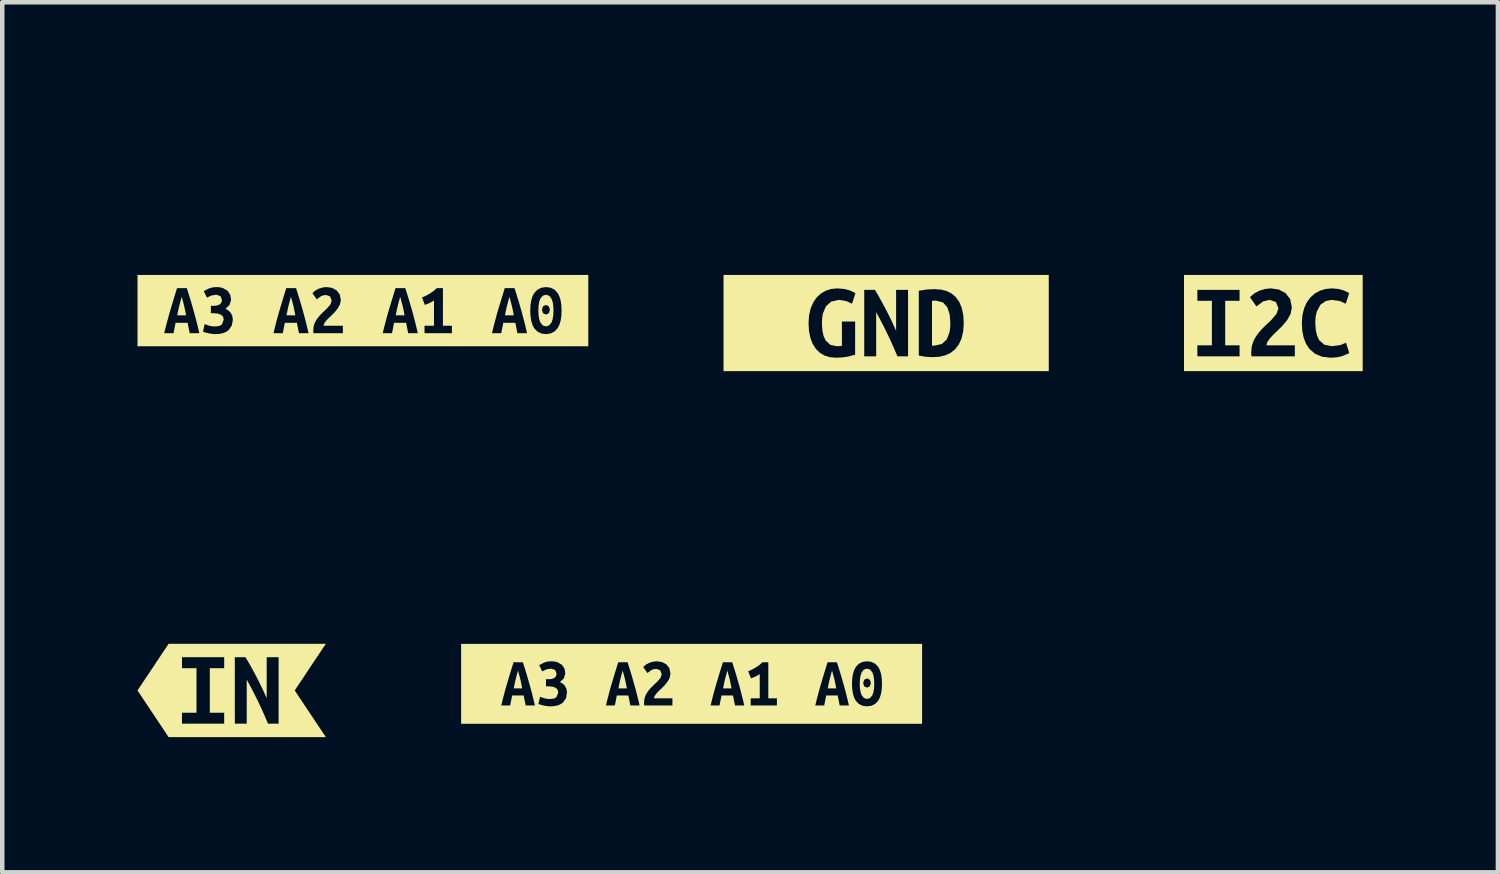
<source format=kicad_pcb>
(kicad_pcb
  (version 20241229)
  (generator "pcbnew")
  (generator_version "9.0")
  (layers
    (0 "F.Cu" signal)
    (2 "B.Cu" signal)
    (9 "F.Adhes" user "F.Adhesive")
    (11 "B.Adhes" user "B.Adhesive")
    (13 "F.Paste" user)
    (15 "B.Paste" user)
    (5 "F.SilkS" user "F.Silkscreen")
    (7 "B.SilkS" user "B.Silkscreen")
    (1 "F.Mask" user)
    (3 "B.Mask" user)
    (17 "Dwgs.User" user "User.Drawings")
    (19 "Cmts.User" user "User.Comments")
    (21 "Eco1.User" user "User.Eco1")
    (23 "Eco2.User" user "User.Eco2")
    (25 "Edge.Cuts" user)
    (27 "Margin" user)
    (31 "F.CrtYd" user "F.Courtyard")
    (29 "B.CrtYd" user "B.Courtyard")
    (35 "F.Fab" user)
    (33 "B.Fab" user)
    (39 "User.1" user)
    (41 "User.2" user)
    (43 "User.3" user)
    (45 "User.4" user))
  (footprint "kibuzzard-6640BFF1"
    (layer "F.Cu")
    (at 12.292 12.119)
    (property "Reference" "kibuzzard-6640BFF1" (at 0 -3.935 0) (layer "F.SilkS") (effects (font (size 0.001 0.001) (thickness 0.15))))
    (attr board_only exclude_from_pos_files exclude_from_bom)
    (fp_poly (pts (xy -3.851 -0.293) (xy -3.88 -0.19) (xy -3.905 -0.094) (xy -3.926 0.002) (xy -3.946 0.101) (xy -3.759 0.101) (xy -3.777 0.002) (xy -3.798 -0.094) (xy -3.823 -0.19) (xy -3.851 -0.293)) (stroke (width 0) (type solid)) (fill yes) (layer "F.SilkS"))
    (fp_poly (pts (xy -1.529 -0.293) (xy -1.558 -0.19) (xy -1.583 -0.094) (xy -1.604 0.002) (xy -1.624 0.101) (xy -1.437 0.101) (xy -1.455 0.002) (xy -1.476 -0.094) (xy -1.501 -0.19) (xy -1.529 -0.293)) (stroke (width 0) (type solid)) (fill yes) (layer "F.SilkS"))
    (fp_poly (pts (xy 0.793 -0.293) (xy 0.764 -0.19) (xy 0.739 -0.094) (xy 0.717 0.002) (xy 0.698 0.101) (xy 0.885 0.101) (xy 0.867 0.002) (xy 0.846 -0.094) (xy 0.821 -0.19) (xy 0.793 -0.293)) (stroke (width 0) (type solid)) (fill yes) (layer "F.SilkS"))
    (fp_poly (pts (xy 3.115 -0.293) (xy 3.086 -0.19) (xy 3.061 -0.094) (xy 3.039 0.002) (xy 3.02 0.101) (xy 3.207 0.101) (xy 3.189 0.002) (xy 3.168 -0.094) (xy 3.143 -0.19) (xy 3.115 -0.293)) (stroke (width 0) (type solid)) (fill yes) (layer "F.SilkS"))
    (fp_poly (pts (xy 4.051 -0.002) (xy 4.047 -0.102) (xy 4.033 -0.186) (xy 4.01 -0.252) (xy 3.96 -0.316) (xy 3.89 -0.337) (xy 3.822 -0.316) (xy 3.771 -0.252) (xy 3.748 -0.186) (xy 3.734 -0.102) (xy 3.729 -0.002) (xy 3.734 0.1) (xy 3.748 0.184) (xy 3.771 0.25) (xy 3.822 0.314) (xy 3.89 0.336) (xy 3.892 0.335) (xy 3.892 0.085) (xy 3.828 0.055) (xy 3.805 -0.017) (xy 3.828 -0.09) (xy 3.892 -0.121) (xy 3.953 -0.09) (xy 3.977 -0.017) (xy 3.953 0.055) (xy 3.892 0.085) (xy 3.892 0.335) (xy 3.96 0.314) (xy 4.01 0.25) (xy 4.033 0.184) (xy 4.047 0.1) (xy 4.051 -0.002)) (stroke (width 0) (type solid)) (fill yes) (layer "F.SilkS"))
    (fp_poly (pts (xy -4.726 -0.887) (xy -5.113 -0.887) (xy -5.113 0.887) (xy -4.726 0.887) (xy -3.681 0.887) (xy -3.681 0.48) (xy -3.726 0.259) (xy -3.981 0.259) (xy -4.025 0.48) (xy -4.223 0.48) (xy -4.196 0.369) (xy -4.168 0.261) (xy -4.141 0.158) (xy -4.113 0.059) (xy -4.085 -0.036) (xy -4.051 -0.151) (xy -4.017 -0.263) (xy -3.983 -0.372) (xy -3.95 -0.478) (xy -3.743 -0.478) (xy -3.709 -0.371) (xy -3.675 -0.261) (xy -3.641 -0.148) (xy -3.608 -0.032) (xy -3.581 0.064) (xy -3.554 0.163) (xy -3.528 0.266) (xy -3.502 0.371) (xy -3.477 0.48) (xy -3.681 0.48) (xy -3.681 0.887) (xy -3.133 0.887) (xy -3.133 0.5) (xy -3.208 0.495) (xy -3.284 0.481) (xy -3.351 0.464) (xy -3.399 0.447) (xy -3.362 0.288) (xy -3.27 0.32) (xy -3.208 0.333) (xy -3.135 0.337) (xy -3.052 0.327) (xy -2.998 0.296) (xy -2.958 0.192) (xy -2.973 0.128) (xy -3.019 0.086) (xy -3.087 0.063) (xy -3.172 0.056) (xy -3.231 0.056) (xy -3.231 -0.102) (xy -3.159 -0.102) (xy -3.101 -0.108) (xy -3.048 -0.128) (xy -3.01 -0.166) (xy -2.995 -0.224) (xy -3.027 -0.307) (xy -3.115 -0.337) (xy -3.222 -0.32) (xy -3.314 -0.276) (xy -3.382 -0.415) (xy -3.272 -0.471) (xy -3.198 -0.493) (xy -3.116 -0.5) (xy -3.041 -0.495) (xy -2.976 -0.48) (xy -2.878 -0.423) (xy -2.82 -0.337) (xy -2.802 -0.231) (xy -2.834 -0.121) (xy -2.921 -0.04) (xy -2.855 -0.002) (xy -2.806 0.051) (xy -2.775 0.117) (xy -2.765 0.195) (xy -2.786 0.317) (xy -2.853 0.414) (xy -2.904 0.45) (xy -2.967 0.478) (xy -3.044 0.494) (xy -3.133 0.5) (xy -3.133 0.887) (xy -1.359 0.887) (xy -1.359 0.48) (xy -1.404 0.259) (xy -1.659 0.259) (xy -1.703 0.48) (xy -1.901 0.48) (xy -1.874 0.369) (xy -1.846 0.261) (xy -1.819 0.158) (xy -1.791 0.059) (xy -1.763 -0.036) (xy -1.729 -0.151) (xy -1.695 -0.263) (xy -1.661 -0.372) (xy -1.628 -0.478) (xy -1.421 -0.478) (xy -1.387 -0.371) (xy -1.353 -0.261) (xy -1.319 -0.148) (xy -1.286 -0.032) (xy -1.259 0.064) (xy -1.232 0.163) (xy -1.206 0.266) (xy -1.18 0.371) (xy -1.155 0.48) (xy -1.359 0.48) (xy -1.359 0.887) (xy -0.426 0.887) (xy -0.426 0.48) (xy -1.051 0.48) (xy -1.055 0.441) (xy -1.054 0.409) (xy -1.047 0.334) (xy -1.026 0.266) (xy -0.993 0.204) (xy -0.953 0.146) (xy -0.907 0.093) (xy -0.858 0.044) (xy -0.81 -0.002) (xy -0.764 -0.046) (xy -0.691 -0.13) (xy -0.663 -0.212) (xy -0.698 -0.303) (xy -0.788 -0.334) (xy -0.882 -0.313) (xy -0.98 -0.24) (xy -1.074 -0.373) (xy -1.008 -0.43) (xy -0.931 -0.469) (xy -0.85 -0.492) (xy -0.769 -0.5) (xy -0.656 -0.483) (xy -0.56 -0.432) (xy -0.494 -0.346) (xy -0.469 -0.226) (xy -0.488 -0.131) (xy -0.537 -0.042) (xy -0.607 0.042) (xy -0.686 0.119) (xy -0.732 0.163) (xy -0.782 0.216) (xy -0.821 0.271) (xy -0.837 0.322) (xy -0.426 0.322) (xy -0.426 0.48) (xy -0.426 0.887) (xy 0.963 0.887) (xy 0.963 0.48) (xy 0.918 0.259) (xy 0.663 0.259) (xy 0.619 0.48) (xy 0.421 0.48) (xy 0.448 0.369) (xy 0.476 0.261) (xy 0.503 0.158) (xy 0.531 0.059) (xy 0.559 -0.036) (xy 0.593 -0.151) (xy 0.627 -0.263) (xy 0.661 -0.372) (xy 0.693 -0.478) (xy 0.901 -0.478) (xy 0.935 -0.371) (xy 0.969 -0.261) (xy 1.003 -0.148) (xy 1.036 -0.032) (xy 1.063 0.064) (xy 1.09 0.163) (xy 1.116 0.266) (xy 1.142 0.371) (xy 1.167 0.48) (xy 0.963 0.48) (xy 0.963 0.887) (xy 1.892 0.887) (xy 1.892 0.48) (xy 1.31 0.48) (xy 1.31 0.322) (xy 1.511 0.322) (xy 1.511 -0.214) (xy 1.412 -0.159) (xy 1.317 -0.121) (xy 1.255 -0.279) (xy 1.336 -0.314) (xy 1.423 -0.362) (xy 1.505 -0.418) (xy 1.571 -0.478) (xy 1.701 -0.478) (xy 1.701 0.322) (xy 1.892 0.322) (xy 1.892 0.48) (xy 1.892 0.887) (xy 3.285 0.887) (xy 3.285 0.48) (xy 3.24 0.259) (xy 2.985 0.259) (xy 2.941 0.48) (xy 2.743 0.48) (xy 2.77 0.369) (xy 2.798 0.261) (xy 2.825 0.158) (xy 2.853 0.059) (xy 2.881 -0.036) (xy 2.915 -0.151) (xy 2.949 -0.263) (xy 2.983 -0.372) (xy 3.015 -0.478) (xy 3.223 -0.478) (xy 3.257 -0.371) (xy 3.291 -0.261) (xy 3.325 -0.148) (xy 3.358 -0.032) (xy 3.385 0.064) (xy 3.412 0.163) (xy 3.438 0.266) (xy 3.464 0.371) (xy 3.489 0.48) (xy 3.285 0.48) (xy 3.285 0.887) (xy 3.89 0.887) (xy 3.89 0.5) (xy 3.79 0.486) (xy 3.708 0.445) (xy 3.642 0.376) (xy 3.605 0.306) (xy 3.579 0.22) (xy 3.563 0.117) (xy 3.557 -0.002) (xy 3.563 -0.119) (xy 3.579 -0.221) (xy 3.606 -0.306) (xy 3.644 -0.376) (xy 3.71 -0.445) (xy 3.792 -0.486) (xy 3.89 -0.5) (xy 3.99 -0.486) (xy 4.072 -0.445) (xy 4.138 -0.377) (xy 4.175 -0.307) (xy 4.202 -0.222) (xy 4.218 -0.12) (xy 4.223 -0.002) (xy 4.218 0.117) (xy 4.202 0.22) (xy 4.175 0.306) (xy 4.138 0.376) (xy 4.072 0.445) (xy 3.99 0.486) (xy 3.89 0.5) (xy 3.89 0.887) (xy 4.726 0.887) (xy 5.113 0.887) (xy 5.113 -0.887) (xy 4.726 -0.887) (xy -4.726 -0.887)) (stroke (width 0) (type solid)) (fill yes) (layer "F.SilkS")))
  (footprint "kibuzzard-6461C7CD"
    (layer "F.Cu")
    (at 16.607 4.116)
    (property "Reference" "kibuzzard-6461C7CD" (at 0 -4.115 0) (layer "F.SilkS") (effects (font (size 0.001 0.001) (thickness 0.15))))
    (attr board_only exclude_from_pos_files exclude_from_bom)
    (fp_poly (pts (xy 1.017 0.5) (xy 1.043 0.502) (xy 1.069 0.502) (xy 1.237 0.464) (xy 1.347 0.36) (xy 1.406 0.201) (xy 1.42 0.105) (xy 1.424 0) (xy 1.41 -0.186) (xy 1.36 -0.345) (xy 1.262 -0.456) (xy 1.103 -0.498) (xy 1.06 -0.496) (xy 1.017 -0.491) (xy 1.017 0.5)) (stroke (width 0) (type solid)) (fill yes) (layer "F.SilkS"))
    (fp_poly (pts (xy -1.722 -1.067) (xy -3.607 -1.067) (xy -3.607 1.067) (xy -1.722 1.067) (xy -1.119 1.067) (xy -1.119 0.769) (xy -1.25 0.757) (xy -1.368 0.72) (xy -1.471 0.66) (xy -1.557 0.575) (xy -1.627 0.467) (xy -1.679 0.335) (xy -1.711 0.179) (xy -1.722 0) (xy -1.709 -0.177) (xy -1.672 -0.332) (xy -1.613 -0.465) (xy -1.536 -0.574) (xy -1.442 -0.659) (xy -1.333 -0.72) (xy -1.213 -0.757) (xy -1.083 -0.769) (xy -0.93 -0.756) (xy -0.812 -0.726) (xy -0.73 -0.691) (xy -0.681 -0.662) (xy -0.757 -0.429) (xy -0.886 -0.488) (xy -1.043 -0.514) (xy -1.219 -0.476) (xy -1.337 -0.37) (xy -1.404 -0.208) (xy -1.419 -0.109) (xy -1.424 0) (xy -1.415 0.161) (xy -1.387 0.291) (xy -1.341 0.389) (xy -1.238 0.483) (xy -1.095 0.514) (xy -1.038 0.512) (xy -0.981 0.505) (xy -0.981 -0.033) (xy -0.688 -0.033) (xy -0.688 0.702) (xy -0.851 0.745) (xy -0.974 0.763) (xy -1.119 0.769) (xy -1.119 1.067) (xy 0.25 1.067) (xy 0.25 0.738) (xy 0.181 0.575) (xy 0.109 0.412) (xy 0.032 0.249) (xy -0.048 0.086) (xy -0.133 -0.077) (xy -0.221 -0.241) (xy -0.221 0.738) (xy -0.486 0.738) (xy -0.486 -0.736) (xy -0.25 -0.736) (xy -0.183 -0.627) (xy -0.117 -0.508) (xy -0.051 -0.386) (xy 0.013 -0.264) (xy 0.074 -0.145) (xy 0.13 -0.029) (xy 0.179 0.079) (xy 0.221 0.171) (xy 0.221 -0.736) (xy 0.486 -0.736) (xy 0.486 0.738) (xy 0.25 0.738) (xy 0.25 1.067) (xy 1.038 1.067) (xy 1.038 0.757) (xy 0.885 0.749) (xy 0.724 0.722) (xy 0.724 -0.717) (xy 0.912 -0.745) (xy 1.076 -0.752) (xy 1.215 -0.742) (xy 1.342 -0.71) (xy 1.453 -0.655) (xy 1.545 -0.575) (xy 1.62 -0.471) (xy 1.675 -0.342) (xy 1.71 -0.185) (xy 1.722 0) (xy 1.709 0.19) (xy 1.67 0.349) (xy 1.609 0.48) (xy 1.529 0.583) (xy 1.43 0.662) (xy 1.313 0.716) (xy 1.182 0.747) (xy 1.038 0.757) (xy 1.038 1.067) (xy 1.722 1.067) (xy 3.607 1.067) (xy 3.607 -1.067) (xy 1.722 -1.067) (xy -1.722 -1.067)) (stroke (width 0) (type solid)) (fill yes) (layer "F.SilkS")))
  (footprint "kibuzzard-6461CA3D"
    (layer "F.Cu")
    (at 25.196 4.116)
    (property "Reference" "kibuzzard-6461CA3D" (at 0 -4.115 0) (layer "F.SilkS") (effects (font (size 0.001 0.001) (thickness 0.15))))
    (attr board_only exclude_from_pos_files exclude_from_bom)
    (fp_poly (pts (xy -1.685 -1.067) (xy -1.982 -1.067) (xy -1.982 1.067) (xy -1.685 1.067) (xy -1.685 0.738) (xy -1.685 0.495) (xy -1.363 0.495) (xy -1.363 -0.493) (xy -1.685 -0.493) (xy -1.685 -0.736) (xy -0.749 -0.736) (xy -0.749 -0.493) (xy -1.068 -0.493) (xy -1.068 0.495) (xy -0.749 0.495) (xy -0.749 0.738) (xy -1.685 0.738) (xy -1.685 1.067) (xy 0.477 1.067) (xy 0.477 0.738) (xy -0.485 0.738) (xy -0.491 0.679) (xy -0.489 0.629) (xy -0.478 0.514) (xy -0.445 0.41) (xy -0.395 0.313) (xy -0.333 0.225) (xy -0.263 0.143) (xy -0.188 0.068) (xy -0.113 -0.003) (xy -0.043 -0.071) (xy 0.069 -0.2) (xy 0.113 -0.326) (xy 0.058 -0.466) (xy -0.08 -0.514) (xy -0.225 -0.481) (xy -0.375 -0.369) (xy -0.52 -0.574) (xy -0.418 -0.661) (xy -0.3 -0.722) (xy -0.175 -0.757) (xy -0.051 -0.769) (xy 0.123 -0.743) (xy 0.27 -0.664) (xy 0.373 -0.532) (xy 0.411 -0.348) (xy 0.382 -0.201) (xy 0.306 -0.064) (xy 0.199 0.064) (xy 0.077 0.183) (xy 0.006 0.251) (xy -0.07 0.332) (xy -0.131 0.417) (xy -0.156 0.495) (xy 0.477 0.495) (xy 0.477 0.738) (xy 0.477 1.067) (xy 1.273 1.067) (xy 1.273 0.769) (xy 1.081 0.747) (xy 0.922 0.68) (xy 0.797 0.569) (xy 0.725 0.459) (xy 0.673 0.327) (xy 0.642 0.174) (xy 0.632 0) (xy 0.645 -0.173) (xy 0.682 -0.326) (xy 0.742 -0.458) (xy 0.822 -0.568) (xy 0.919 -0.655) (xy 1.033 -0.718) (xy 1.162 -0.756) (xy 1.301 -0.769) (xy 1.443 -0.756) (xy 1.554 -0.726) (xy 1.634 -0.691) (xy 1.682 -0.662) (xy 1.606 -0.429) (xy 1.474 -0.489) (xy 1.297 -0.514) (xy 1.162 -0.489) (xy 1.045 -0.406) (xy 0.962 -0.25) (xy 0.938 -0.14) (xy 0.93 -0.007) (xy 0.94 0.148) (xy 0.969 0.277) (xy 1.017 0.38) (xy 1.131 0.481) (xy 1.301 0.514) (xy 1.491 0.488) (xy 1.611 0.436) (xy 1.685 0.667) (xy 1.517 0.737) (xy 1.403 0.761) (xy 1.273 0.769) (xy 1.273 1.067) (xy 1.685 1.067) (xy 1.982 1.067) (xy 1.982 -1.067) (xy 1.685 -1.067) (xy -1.685 -1.067)) (stroke (width 0) (type solid)) (fill yes) (layer "F.SilkS")))
  (footprint "kibuzzard-6461CA4A"
    (layer "F.Cu")
    (at 2.089 12.266)
    (property "Reference" "kibuzzard-6461CA4A" (at 0 -4.083 0) (layer "F.SilkS") (effects (font (size 0.001 0.001) (thickness 0.15))))
    (attr board_only exclude_from_pos_files exclude_from_bom)
    (fp_poly (pts (xy -1.102 -1.035) (xy -1.399 -1.035) (xy -2.089 0) (xy -1.399 1.035) (xy -1.102 1.035) (xy -1.102 0.737) (xy -1.102 0.494) (xy -0.78 0.494) (xy -0.78 -0.494) (xy -1.102 -0.494) (xy -1.102 -0.737) (xy -0.166 -0.737) (xy -0.166 -0.494) (xy -0.485 -0.494) (xy -0.485 0.494) (xy -0.166 0.494) (xy -0.166 0.737) (xy -1.102 0.737) (xy -1.102 1.035) (xy 0.806 1.035) (xy 0.806 0.737) (xy 0.737 0.574) (xy 0.664 0.411) (xy 0.588 0.248) (xy 0.507 0.085) (xy 0.423 -0.078) (xy 0.334 -0.242) (xy 0.334 0.737) (xy 0.07 0.737) (xy 0.07 -0.737) (xy 0.305 -0.737) (xy 0.372 -0.628) (xy 0.439 -0.51) (xy 0.505 -0.387) (xy 0.569 -0.266) (xy 0.629 -0.146) (xy 0.685 -0.03) (xy 0.735 0.077) (xy 0.777 0.17) (xy 0.777 -0.737) (xy 1.041 -0.737) (xy 1.041 0.737) (xy 0.806 0.737) (xy 0.806 1.035) (xy 1.102 1.035) (xy 1.399 1.035) (xy 2.089 1.035) (xy 1.399 0) (xy 2.089 -1.035) (xy 1.399 -1.035) (xy 1.102 -1.035) (xy -1.102 -1.035)) (stroke (width 0) (type solid)) (fill yes) (layer "F.SilkS")))
  (footprint "kibuzzard-67A22935"
    (layer "F.Cu")
    (at 5 3.84)
    (property "Reference" "kibuzzard-67A22935" (at 0 -3.839 0) (layer "F.SilkS") (effects (font (size 0.001 0.001) (thickness 0.15))))
    (attr board_only exclude_from_pos_files exclude_from_bom)
    (fp_poly (pts (xy -4.019 -0.305) (xy -4.049 -0.198) (xy -4.075 -0.098) (xy -4.098 0.002) (xy -4.118 0.105) (xy -3.922 0.105) (xy -3.942 0.002) (xy -3.964 -0.098) (xy -3.989 -0.198) (xy -4.019 -0.305)) (stroke (width 0) (type solid)) (fill yes) (layer "F.SilkS"))
    (fp_poly (pts (xy -1.596 -0.305) (xy -1.626 -0.198) (xy -1.652 -0.098) (xy -1.674 0.002) (xy -1.695 0.105) (xy -1.499 0.105) (xy -1.519 0.002) (xy -1.54 -0.098) (xy -1.566 -0.198) (xy -1.596 -0.305)) (stroke (width 0) (type solid)) (fill yes) (layer "F.SilkS"))
    (fp_poly (pts (xy 0.827 -0.305) (xy 0.797 -0.198) (xy 0.771 -0.098) (xy 0.749 0.002) (xy 0.729 0.105) (xy 0.924 0.105) (xy 0.905 0.002) (xy 0.883 -0.098) (xy 0.857 -0.198) (xy 0.827 -0.305)) (stroke (width 0) (type solid)) (fill yes) (layer "F.SilkS"))
    (fp_poly (pts (xy 3.25 -0.305) (xy 3.221 -0.198) (xy 3.195 -0.098) (xy 3.172 0.002) (xy 3.152 0.105) (xy 3.347 0.105) (xy 3.328 0.002) (xy 3.306 -0.098) (xy 3.28 -0.198) (xy 3.25 -0.305)) (stroke (width 0) (type solid)) (fill yes) (layer "F.SilkS"))
    (fp_poly (pts (xy 4.228 -0.002) (xy 4.223 -0.107) (xy 4.209 -0.194) (xy 4.185 -0.263) (xy 4.132 -0.33) (xy 4.06 -0.352) (xy 3.988 -0.33) (xy 3.935 -0.263) (xy 3.911 -0.194) (xy 3.897 -0.107) (xy 3.892 -0.002) (xy 3.897 0.104) (xy 3.911 0.192) (xy 3.935 0.261) (xy 3.988 0.328) (xy 4.06 0.351) (xy 4.061 0.35) (xy 4.061 0.089) (xy 3.995 0.057) (xy 3.971 -0.018) (xy 3.995 -0.094) (xy 4.061 -0.126) (xy 4.125 -0.094) (xy 4.15 -0.018) (xy 4.125 0.057) (xy 4.061 0.089) (xy 4.061 0.35) (xy 4.132 0.328) (xy 4.185 0.261) (xy 4.209 0.192) (xy 4.223 0.104) (xy 4.228 -0.002)) (stroke (width 0) (type solid)) (fill yes) (layer "F.SilkS"))
    (fp_poly (pts (xy -5 -0.791) (xy -5 -0.791) (xy -5 0.791) (xy -5 0.791) (xy -3.842 0.791) (xy -3.842 0.501) (xy -3.889 0.27) (xy -4.155 0.27) (xy -4.2 0.501) (xy -4.407 0.501) (xy -4.379 0.385) (xy -4.35 0.273) (xy -4.321 0.165) (xy -4.292 0.061) (xy -4.263 -0.038) (xy -4.227 -0.158) (xy -4.192 -0.275) (xy -4.157 -0.389) (xy -4.123 -0.499) (xy -3.906 -0.499) (xy -3.871 -0.388) (xy -3.835 -0.273) (xy -3.8 -0.155) (xy -3.765 -0.033) (xy -3.737 0.067) (xy -3.709 0.171) (xy -3.682 0.277) (xy -3.655 0.387) (xy -3.628 0.501) (xy -3.842 0.501) (xy -3.842 0.791) (xy -3.27 0.791) (xy -3.27 0.522) (xy -3.348 0.516) (xy -3.427 0.502) (xy -3.498 0.485) (xy -3.548 0.467) (xy -3.509 0.3) (xy -3.413 0.334) (xy -3.348 0.348) (xy -3.271 0.352) (xy -3.185 0.341) (xy -3.128 0.309) (xy -3.087 0.2) (xy -3.103 0.133) (xy -3.15 0.09) (xy -3.222 0.066) (xy -3.31 0.058) (xy -3.372 0.058) (xy -3.372 -0.107) (xy -3.297 -0.107) (xy -3.236 -0.113) (xy -3.181 -0.134) (xy -3.141 -0.173) (xy -3.126 -0.234) (xy -3.159 -0.321) (xy -3.25 -0.352) (xy -3.363 -0.334) (xy -3.459 -0.288) (xy -3.53 -0.433) (xy -3.414 -0.492) (xy -3.338 -0.514) (xy -3.252 -0.522) (xy -3.173 -0.517) (xy -3.106 -0.501) (xy -3.003 -0.442) (xy -2.943 -0.352) (xy -2.924 -0.241) (xy -2.958 -0.126) (xy -3.048 -0.042) (xy -2.98 -0.002) (xy -2.928 0.053) (xy -2.896 0.122) (xy -2.885 0.204) (xy -2.908 0.331) (xy -2.977 0.432) (xy -3.031 0.47) (xy -3.097 0.498) (xy -3.176 0.516) (xy -3.27 0.522) (xy -3.27 0.791) (xy -1.418 0.791) (xy -1.418 0.501) (xy -1.465 0.27) (xy -1.732 0.27) (xy -1.777 0.501) (xy -1.984 0.501) (xy -1.955 0.385) (xy -1.927 0.273) (xy -1.898 0.165) (xy -1.869 0.061) (xy -1.84 -0.038) (xy -1.804 -0.158) (xy -1.769 -0.275) (xy -1.734 -0.389) (xy -1.7 -0.499) (xy -1.483 -0.499) (xy -1.448 -0.388) (xy -1.412 -0.273) (xy -1.377 -0.155) (xy -1.342 -0.033) (xy -1.314 0.067) (xy -1.286 0.171) (xy -1.259 0.277) (xy -1.232 0.387) (xy -1.205 0.501) (xy -1.418 0.501) (xy -1.418 0.791) (xy -0.444 0.791) (xy -0.444 0.501) (xy -1.097 0.501) (xy -1.101 0.46) (xy -1.1 0.426) (xy -1.093 0.349) (xy -1.07 0.278) (xy -1.036 0.213) (xy -0.994 0.153) (xy -0.947 0.097) (xy -0.896 0.046) (xy -0.845 -0.002) (xy -0.797 -0.048) (xy -0.721 -0.136) (xy -0.691 -0.221) (xy -0.729 -0.316) (xy -0.822 -0.349) (xy -0.921 -0.326) (xy -1.023 -0.25) (xy -1.121 -0.389) (xy -1.051 -0.448) (xy -0.972 -0.489) (xy -0.887 -0.514) (xy -0.803 -0.522) (xy -0.685 -0.504) (xy -0.585 -0.451) (xy -0.515 -0.361) (xy -0.489 -0.236) (xy -0.509 -0.137) (xy -0.561 -0.044) (xy -0.633 0.044) (xy -0.716 0.124) (xy -0.764 0.17) (xy -0.816 0.225) (xy -0.857 0.283) (xy -0.874 0.336) (xy -0.444 0.336) (xy -0.444 0.501) (xy -0.444 0.791) (xy 1.005 0.791) (xy 1.005 0.501) (xy 0.958 0.27) (xy 0.691 0.27) (xy 0.646 0.501) (xy 0.439 0.501) (xy 0.468 0.385) (xy 0.497 0.273) (xy 0.525 0.165) (xy 0.554 0.061) (xy 0.583 -0.038) (xy 0.619 -0.158) (xy 0.655 -0.275) (xy 0.69 -0.389) (xy 0.724 -0.499) (xy 0.94 -0.499) (xy 0.976 -0.388) (xy 1.011 -0.273) (xy 1.046 -0.155) (xy 1.082 -0.033) (xy 1.11 0.067) (xy 1.137 0.171) (xy 1.164 0.277) (xy 1.191 0.387) (xy 1.218 0.501) (xy 1.005 0.501) (xy 1.005 0.791) (xy 1.974 0.791) (xy 1.974 0.501) (xy 1.367 0.501) (xy 1.367 0.336) (xy 1.577 0.336) (xy 1.577 -0.223) (xy 1.473 -0.166) (xy 1.375 -0.126) (xy 1.31 -0.291) (xy 1.394 -0.328) (xy 1.485 -0.378) (xy 1.57 -0.436) (xy 1.64 -0.499) (xy 1.775 -0.499) (xy 1.775 0.336) (xy 1.974 0.336) (xy 1.974 0.501) (xy 1.974 0.791) (xy 3.428 0.791) (xy 3.428 0.501) (xy 3.381 0.27) (xy 3.115 0.27) (xy 3.069 0.501) (xy 2.863 0.501) (xy 2.891 0.385) (xy 2.92 0.273) (xy 2.949 0.165) (xy 2.977 0.061) (xy 3.006 -0.038) (xy 3.043 -0.158) (xy 3.078 -0.275) (xy 3.113 -0.389) (xy 3.147 -0.499) (xy 3.363 -0.499) (xy 3.399 -0.388) (xy 3.434 -0.273) (xy 3.47 -0.155) (xy 3.505 -0.033) (xy 3.533 0.067) (xy 3.56 0.171) (xy 3.588 0.277) (xy 3.615 0.387) (xy 3.641 0.501) (xy 3.428 0.501) (xy 3.428 0.791) (xy 4.06 0.791) (xy 4.06 0.522) (xy 3.956 0.507) (xy 3.87 0.464) (xy 3.801 0.393) (xy 3.762 0.319) (xy 3.735 0.229) (xy 3.718 0.122) (xy 3.712 -0.002) (xy 3.718 -0.124) (xy 3.735 -0.23) (xy 3.763 -0.32) (xy 3.803 -0.393) (xy 3.872 -0.464) (xy 3.957 -0.507) (xy 4.06 -0.522) (xy 4.164 -0.508) (xy 4.25 -0.465) (xy 4.318 -0.393) (xy 4.357 -0.321) (xy 4.385 -0.231) (xy 4.402 -0.125) (xy 4.407 -0.002) (xy 4.402 0.122) (xy 4.385 0.229) (xy 4.357 0.319) (xy 4.318 0.393) (xy 4.25 0.464) (xy 4.164 0.507) (xy 4.06 0.522) (xy 4.06 0.791) (xy 5 0.791) (xy 5 0.791) (xy 5 -0.791) (xy 5 -0.791) (xy -5 -0.791)) (stroke (width 0) (type solid)) (fill yes) (layer "F.SilkS")))
  (gr_rect
    (start -3 -3)
    (end 30.178 16.301)
    (stroke (width 0.1) (type default))
    (fill no)
    (layer "Edge.Cuts")))
</source>
